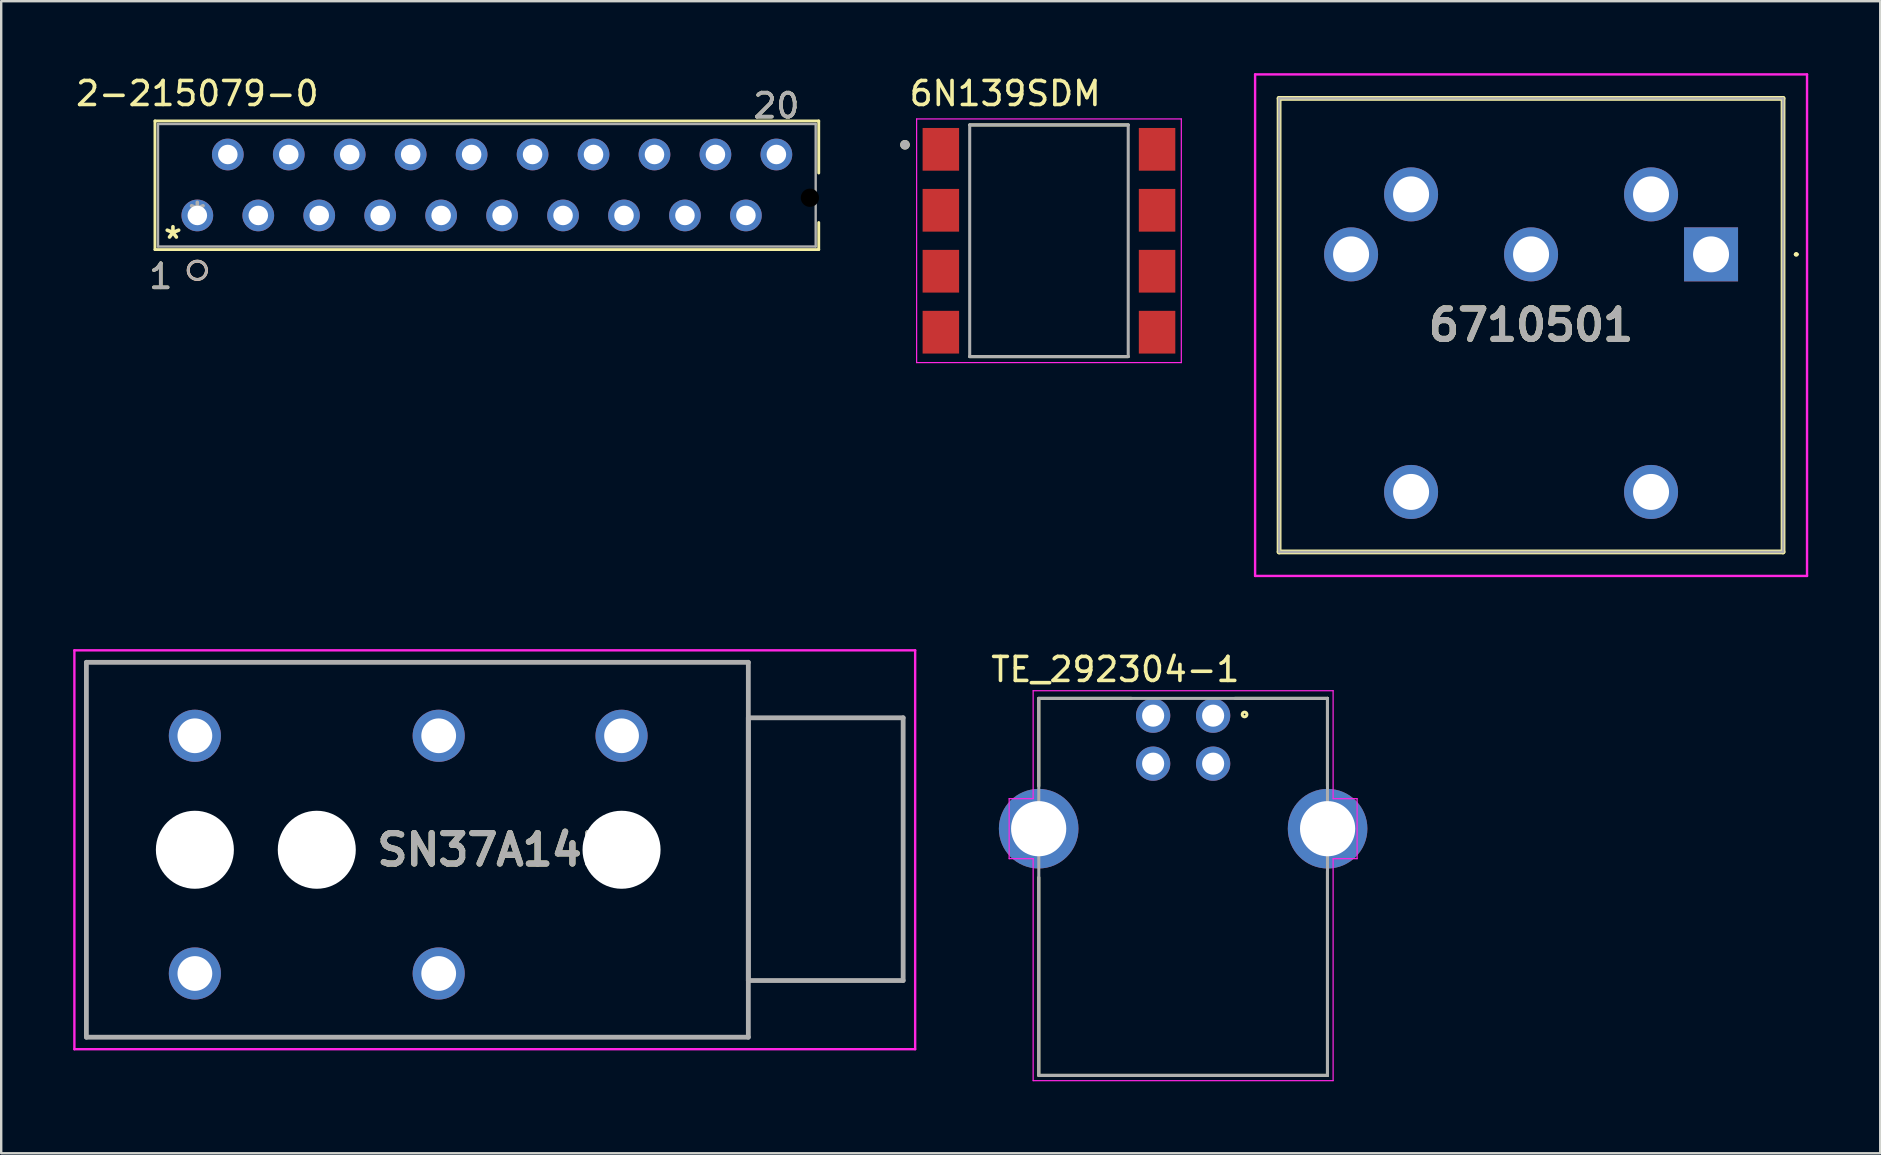
<source format=kicad_pcb>
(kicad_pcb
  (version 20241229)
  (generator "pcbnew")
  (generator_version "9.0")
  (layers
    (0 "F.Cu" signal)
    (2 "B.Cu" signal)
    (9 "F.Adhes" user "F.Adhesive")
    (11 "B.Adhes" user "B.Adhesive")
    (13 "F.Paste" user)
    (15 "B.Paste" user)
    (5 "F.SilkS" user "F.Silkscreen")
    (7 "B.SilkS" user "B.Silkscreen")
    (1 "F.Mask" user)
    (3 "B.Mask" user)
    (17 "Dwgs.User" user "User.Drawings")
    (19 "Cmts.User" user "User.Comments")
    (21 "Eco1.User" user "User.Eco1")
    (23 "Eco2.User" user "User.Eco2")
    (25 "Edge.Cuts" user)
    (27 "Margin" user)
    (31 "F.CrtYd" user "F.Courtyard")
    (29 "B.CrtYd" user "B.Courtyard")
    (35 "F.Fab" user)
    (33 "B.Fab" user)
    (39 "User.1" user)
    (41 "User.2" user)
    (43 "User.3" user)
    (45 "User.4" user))
  (footprint "TE_292304-1"
    (layer "F.Cu")
    (at 46.253 31.483)
    (property "Reference" "TE_292304-1" (at -2.825 -6.635 0) (layer "F.SilkS") (effects (font (size 1 1) (thickness 0.15))))
    (attr through_hole)
    (fp_line (start -6.015 -5.43) (end -6.015 -1.778) (stroke (width 0.127) (type solid)) (layer "F.SilkS"))
    (fp_line (start -6.015 2.032) (end -6.015 10.28) (stroke (width 0.127) (type solid)) (layer "F.SilkS"))
    (fp_line (start -2.16 -5.43) (end -6.015 -5.43) (stroke (width 0.127) (type solid)) (layer "F.SilkS"))
    (fp_line (start 2.16 -5.43) (end 6.015 -5.43) (stroke (width 0.127) (type solid)) (layer "F.SilkS"))
    (fp_line (start 6.015 -5.43) (end 6.015 -1.778) (stroke (width 0.127) (type solid)) (layer "F.SilkS"))
    (fp_line (start 6.015 1.778) (end 6.015 10.28) (stroke (width 0.127) (type solid)) (layer "F.SilkS"))
    (fp_line (start 6.015 10.28) (end -6.015 10.28) (stroke (width 0.127) (type solid)) (layer "F.SilkS"))
    (fp_circle (center 2.56 -4.76) (end 2.658 -4.76) (stroke (width 0.127) (type solid)) (fill no) (layer "F.SilkS"))
    (fp_line (start -7.25 -1.25) (end -6.25 -1.25) (stroke (width 0.05) (type solid)) (layer "F.CrtYd"))
    (fp_line (start -7.25 1.25) (end -7.25 -1.25) (stroke (width 0.05) (type solid)) (layer "F.CrtYd"))
    (fp_line (start -6.25 -5.75) (end 6.25 -5.75) (stroke (width 0.05) (type solid)) (layer "F.CrtYd"))
    (fp_line (start -6.25 -1.25) (end -6.25 -5.75) (stroke (width 0.05) (type solid)) (layer "F.CrtYd"))
    (fp_line (start -6.25 1.25) (end -7.25 1.25) (stroke (width 0.05) (type solid)) (layer "F.CrtYd"))
    (fp_line (start -6.25 10.5) (end -6.25 1.25) (stroke (width 0.05) (type solid)) (layer "F.CrtYd"))
    (fp_line (start 6.25 -5.75) (end 6.25 -1.25) (stroke (width 0.05) (type solid)) (layer "F.CrtYd"))
    (fp_line (start 6.25 -1.25) (end 7.25 -1.25) (stroke (width 0.05) (type solid)) (layer "F.CrtYd"))
    (fp_line (start 6.25 1.25) (end 6.25 10.5) (stroke (width 0.05) (type solid)) (layer "F.CrtYd"))
    (fp_line (start 6.25 10.5) (end -6.25 10.5) (stroke (width 0.05) (type solid)) (layer "F.CrtYd"))
    (fp_line (start 7.25 -1.25) (end 7.25 1.25) (stroke (width 0.05) (type solid)) (layer "F.CrtYd"))
    (fp_line (start 7.25 1.25) (end 6.25 1.25) (stroke (width 0.05) (type solid)) (layer "F.CrtYd"))
    (fp_line (start -6.015 -5.43) (end -6.015 10.28) (stroke (width 0.127) (type solid)) (layer "F.Fab"))
    (fp_line (start 6.015 -5.43) (end -6.015 -5.43) (stroke (width 0.127) (type solid)) (layer "F.Fab"))
    (fp_line (start 6.015 -5.43) (end 6.015 10.28) (stroke (width 0.127) (type solid)) (layer "F.Fab"))
    (fp_line (start 6.015 10.28) (end -6.015 10.28) (stroke (width 0.127) (type solid)) (layer "F.Fab"))
    (pad "0" thru_hole circle (at -6.02 0) (size 3.316 3.316) (drill 2.3) (layers "*.Cu" "*.Mask"))
    (pad "0" thru_hole circle (at 6.02 0) (size 3.316 3.316) (drill 2.3) (layers "*.Cu" "*.Mask"))
    (pad "1" thru_hole circle (at 1.25 -4.71) (size 1.428 1.428) (drill 0.92) (layers "*.Cu" "*.Mask"))
    (pad "2" thru_hole circle (at -1.25 -4.71) (size 1.428 1.428) (drill 0.92) (layers "*.Cu" "*.Mask"))
    (pad "3" thru_hole circle (at -1.25 -2.71) (size 1.428 1.428) (drill 0.92) (layers "*.Cu" "*.Mask"))
    (pad "4" thru_hole circle (at 1.25 -2.71) (size 1.428 1.428) (drill 0.92) (layers "*.Cu" "*.Mask")))
  (footprint "SN37A14B"
    (layer "F.Cu")
    (at 22.851 32.361)
    (property "Reference" "SN37A14B" (at -5.283 0 0) (layer "F.SilkS") (effects (font (size 1.27 1.27) (thickness 0.254))))
    (attr through_hole)
    (fp_line (start -22.301 -7.811) (end 5.283 -7.811) (stroke (width 0.1) (type solid)) (layer "F.SilkS"))
    (fp_line (start -22.301 7.811) (end -22.301 -7.811) (stroke (width 0.1) (type solid)) (layer "F.SilkS"))
    (fp_line (start 5.283 -7.811) (end 5.283 7.811) (stroke (width 0.1) (type solid)) (layer "F.SilkS"))
    (fp_line (start 5.283 7.811) (end -22.301 7.811) (stroke (width 0.1) (type solid)) (layer "F.SilkS"))
    (fp_line (start -22.801 -8.311) (end 12.235 -8.311) (stroke (width 0.1) (type solid)) (layer "F.CrtYd"))
    (fp_line (start -22.801 8.311) (end -22.801 -8.311) (stroke (width 0.1) (type solid)) (layer "F.CrtYd"))
    (fp_line (start 12.235 -8.311) (end 12.235 8.311) (stroke (width 0.1) (type solid)) (layer "F.CrtYd"))
    (fp_line (start 12.235 8.311) (end -22.801 8.311) (stroke (width 0.1) (type solid)) (layer "F.CrtYd"))
    (fp_line (start -22.301 -7.811) (end 5.283 -7.811) (stroke (width 0.2) (type solid)) (layer "F.Fab"))
    (fp_line (start -22.301 7.811) (end -22.301 -7.811) (stroke (width 0.2) (type solid)) (layer "F.Fab"))
    (fp_line (start 5.283 -7.811) (end 5.283 7.811) (stroke (width 0.2) (type solid)) (layer "F.Fab"))
    (fp_line (start 5.283 -5.499) (end 11.735 -5.499) (stroke (width 0.2) (type solid)) (layer "F.Fab"))
    (fp_line (start 5.283 5.449) (end 5.283 -5.499) (stroke (width 0.2) (type solid)) (layer "F.Fab"))
    (fp_line (start 5.283 7.811) (end -22.301 7.811) (stroke (width 0.2) (type solid)) (layer "F.Fab"))
    (fp_line (start 11.735 -5.499) (end 11.735 5.449) (stroke (width 0.2) (type solid)) (layer "F.Fab"))
    (fp_line (start 11.735 5.449) (end 5.283 5.449) (stroke (width 0.2) (type solid)) (layer "F.Fab"))
    (fp_text user "${REFERENCE}" (at -5.283 0 0) (layer "F.Fab") (effects (font (size 1.27 1.27) (thickness 0.254))))
    (pad "" np_thru_hole circle (at -17.78 0) (size 3.251 3.251) (drill 3.251) (layers "*.Cu" "*.Mask"))
    (pad "" np_thru_hole circle (at -12.7 0) (size 3.251 3.251) (drill 3.251) (layers "*.Cu" "*.Mask"))
    (pad "" np_thru_hole circle (at 0 0) (size 3.251 3.251) (drill 3.251) (layers "*.Cu" "*.Mask"))
    (pad "R1" thru_hole circle (at -7.62 -4.75) (size 2.172 2.172) (drill 1.448) (layers "*.Cu" "*.Mask"))
    (pad "RB1" thru_hole circle (at -7.62 5.156) (size 2.172 2.172) (drill 1.448) (layers "*.Cu" "*.Mask"))
    (pad "S1" thru_hole circle (at 0 -4.75) (size 2.172 2.172) (drill 1.448) (layers "*.Cu" "*.Mask"))
    (pad "T1" thru_hole circle (at -17.78 -4.75) (size 2.172 2.172) (drill 1.448) (layers "*.Cu" "*.Mask"))
    (pad "TB1" thru_hole circle (at -17.78 5.156) (size 2.172 2.172) (drill 1.448) (layers "*.Cu" "*.Mask")))
  (footprint "6N139SDM"
    (layer "F.Cu")
    (at 40.662 6.983)
    (property "Reference" "6N139SDM" (at -1.825 -6.135 0) (layer "F.SilkS") (effects (font (size 1 1) (thickness 0.15))))
    (attr through_hole)
    (fp_line (start -3.303 -4.827) (end 3.303 -4.827) (stroke (width 0.127) (type solid)) (layer "F.SilkS"))
    (fp_line (start -3.303 4.827) (end 3.303 4.827) (stroke (width 0.127) (type solid)) (layer "F.SilkS"))
    (fp_circle (center -6 -4) (end -5.9 -4) (stroke (width 0.2) (type solid)) (fill no) (layer "F.SilkS"))
    (fp_line (start -5.515 -5.077) (end 5.515 -5.077) (stroke (width 0.05) (type solid)) (layer "F.CrtYd"))
    (fp_line (start -5.515 5.077) (end -5.515 -5.077) (stroke (width 0.05) (type solid)) (layer "F.CrtYd"))
    (fp_line (start 5.515 -5.077) (end 5.515 5.077) (stroke (width 0.05) (type solid)) (layer "F.CrtYd"))
    (fp_line (start 5.515 5.077) (end -5.515 5.077) (stroke (width 0.05) (type solid)) (layer "F.CrtYd"))
    (fp_line (start -3.303 -4.827) (end -3.303 4.827) (stroke (width 0.127) (type solid)) (layer "F.Fab"))
    (fp_line (start -3.303 -4.827) (end 3.303 -4.827) (stroke (width 0.127) (type solid)) (layer "F.Fab"))
    (fp_line (start 3.303 4.827) (end -3.303 4.827) (stroke (width 0.127) (type solid)) (layer "F.Fab"))
    (fp_line (start 3.303 4.827) (end 3.303 -4.827) (stroke (width 0.127) (type solid)) (layer "F.Fab"))
    (fp_circle (center -6 -4) (end -5.9 -4) (stroke (width 0.2) (type solid)) (fill no) (layer "F.Fab"))
    (pad "1" smd rect (at -4.505 -3.81) (size 1.52 1.78) (layers "F.Cu" "F.Mask" "F.Paste"))
    (pad "2" smd rect (at -4.505 -1.27) (size 1.52 1.78) (layers "F.Cu" "F.Mask" "F.Paste"))
    (pad "3" smd rect (at -4.505 1.27) (size 1.52 1.78) (layers "F.Cu" "F.Mask" "F.Paste"))
    (pad "4" smd rect (at -4.505 3.81) (size 1.52 1.78) (layers "F.Cu" "F.Mask" "F.Paste"))
    (pad "5" smd rect (at 4.505 3.81 180) (size 1.52 1.78) (layers "F.Cu" "F.Mask" "F.Paste"))
    (pad "6" smd rect (at 4.505 1.27 180) (size 1.52 1.78) (layers "F.Cu" "F.Mask" "F.Paste"))
    (pad "7" smd rect (at 4.505 -1.27 180) (size 1.52 1.78) (layers "F.Cu" "F.Mask" "F.Paste"))
    (pad "8" smd rect (at 4.505 -3.81 180) (size 1.52 1.78) (layers "F.Cu" "F.Mask" "F.Paste")))
  (footprint "6710501"
    (layer "F.Cu")
    (at 68.252 7.55)
    (property "Reference" "6710501" (at -7.5 2.95 0) (layer "F.SilkS") (effects (font (size 1.27 1.27) (thickness 0.254))))
    (attr through_hole)
    (fp_line (start -18 -6.5) (end -18 12.4) (stroke (width 0.2) (type solid)) (layer "F.SilkS"))
    (fp_line (start -18 12.4) (end 3 12.4) (stroke (width 0.2) (type solid)) (layer "F.SilkS"))
    (fp_line (start 3 -6.5) (end -18 -6.5) (stroke (width 0.2) (type solid)) (layer "F.SilkS"))
    (fp_line (start 3 12.4) (end 3 -6.5) (stroke (width 0.2) (type solid)) (layer "F.SilkS"))
    (fp_line (start 3.5 0) (end 3.5 0) (stroke (width 0.1) (type solid)) (layer "F.SilkS"))
    (fp_line (start 3.6 0) (end 3.6 0) (stroke (width 0.1) (type solid)) (layer "F.SilkS"))
    (fp_arc (start 3.5 0) (mid 3.55 -0.05) (end 3.6 0) (stroke (width 0.1) (type solid)) (layer "F.SilkS"))
    (fp_arc (start 3.6 0) (mid 3.55 0.05) (end 3.5 0) (stroke (width 0.1) (type solid)) (layer "F.SilkS"))
    (fp_line (start -19 -7.5) (end -19 13.4) (stroke (width 0.1) (type solid)) (layer "F.CrtYd"))
    (fp_line (start -19 13.4) (end 4 13.4) (stroke (width 0.1) (type solid)) (layer "F.CrtYd"))
    (fp_line (start 4 -7.5) (end -19 -7.5) (stroke (width 0.1) (type solid)) (layer "F.CrtYd"))
    (fp_line (start 4 13.4) (end 4 -7.5) (stroke (width 0.1) (type solid)) (layer "F.CrtYd"))
    (fp_line (start -18 -6.5) (end -18 12.4) (stroke (width 0.1) (type solid)) (layer "F.Fab"))
    (fp_line (start -18 12.4) (end 3 12.4) (stroke (width 0.1) (type solid)) (layer "F.Fab"))
    (fp_line (start 3 -6.5) (end -18 -6.5) (stroke (width 0.1) (type solid)) (layer "F.Fab"))
    (fp_line (start 3 12.4) (end 3 -6.5) (stroke (width 0.1) (type solid)) (layer "F.Fab"))
    (fp_text user "${REFERENCE}" (at -7.5 2.95 0) (layer "F.Fab") (effects (font (size 1.27 1.27) (thickness 0.254))))
    (pad "1" thru_hole rect (at 0 0) (size 2.25 2.25) (drill 1.5) (layers "*.Cu" "*.Mask"))
    (pad "2" thru_hole circle (at -7.5 0) (size 2.25 2.25) (drill 1.5) (layers "*.Cu" "*.Mask"))
    (pad "3" thru_hole circle (at -15 0) (size 2.25 2.25) (drill 1.5) (layers "*.Cu" "*.Mask"))
    (pad "4" thru_hole circle (at -2.5 -2.5) (size 2.25 2.25) (drill 1.5) (layers "*.Cu" "*.Mask"))
    (pad "5" thru_hole circle (at -12.5 -2.5) (size 2.25 2.25) (drill 1.5) (layers "*.Cu" "*.Mask"))
    (pad "MH1" thru_hole circle (at -2.5 9.9) (size 2.25 2.25) (drill 1.5) (layers "*.Cu" "*.Mask"))
    (pad "MH2" thru_hole circle (at -12.5 9.9) (size 2.25 2.25) (drill 1.5) (layers "*.Cu" "*.Mask")))
  (footprint "2-215079-0"
    (layer "F.Cu")
    (at 5.173 5.928)
    (property "Reference" "2-215079-0" (at 0 -5.08 0) (layer "F.SilkS") (effects (font (size 1 1) (thickness 0.15))))
    (attr through_hole)
    (fp_line (start -1.765 -3.937) (end -1.765 1.422) (stroke (width 0.12) (type solid)) (layer "F.SilkS"))
    (fp_line (start -1.765 1.422) (end 25.895 1.422) (stroke (width 0.12) (type solid)) (layer "F.SilkS"))
    (fp_line (start 25.895 -3.937) (end -1.765 -3.937) (stroke (width 0.12) (type solid)) (layer "F.SilkS"))
    (fp_line (start 25.895 -1.768) (end 25.895 -3.937) (stroke (width 0.12) (type solid)) (layer "F.SilkS"))
    (fp_line (start 25.895 1.422) (end 25.895 0.294) (stroke (width 0.12) (type solid)) (layer "F.SilkS"))
    (fp_circle (center 0 2.286) (end 0.381 2.286) (stroke (width 0.12) (type solid)) (fill no) (layer "F.SilkS"))
    (fp_circle (center 0 2.286) (end 0.381 2.286) (stroke (width 0.12) (type solid)) (fill no) (layer "B.SilkS"))
    (fp_line (start -1.638 -3.81) (end -1.638 1.295) (stroke (width 0.1) (type solid)) (layer "F.Fab"))
    (fp_line (start -1.638 1.295) (end 25.768 1.295) (stroke (width 0.1) (type solid)) (layer "F.Fab"))
    (fp_line (start 25.768 -3.81) (end -1.638 -3.81) (stroke (width 0.1) (type solid)) (layer "F.Fab"))
    (fp_line (start 25.768 1.295) (end 25.768 -3.81) (stroke (width 0.1) (type solid)) (layer "F.Fab"))
    (fp_circle (center 0 2.286) (end 0.381 2.286) (stroke (width 0.1) (type solid)) (fill no) (layer "F.Fab"))
    (fp_text user "20" (at 24.13 -4.572 0) (layer "F.SilkS") (effects (font (size 1 1) (thickness 0.15))))
    (fp_text user "*" (at -1.016 1.016 0) (layer "F.SilkS") (effects (font (size 1 1) (thickness 0.15))))
    (fp_text user "1" (at -1.524 2.54 0) (layer "F.SilkS") (effects (font (size 1 1) (thickness 0.15))))
    (fp_text user "Copyright 2021 Accelerated Designs. All rights reserved." (at 3.556 1.778 0) (layer "Cmts.User") (effects (font (size 0.127 0.127) (thickness 0.002))))
    (fp_text user "20" (at 24.13 -4.572 0) (layer "F.Fab") (effects (font (size 1 1) (thickness 0.15))))
    (fp_text user "1" (at -1.524 2.54 0) (layer "F.Fab") (effects (font (size 1 1) (thickness 0.15))))
    (fp_text user "*" (at 0 0 0) (layer "F.Fab") (effects (font (size 1 1) (thickness 0.15))))
    (pad "" np_thru_hole circle (at 25.527 -0.737) (size 1.524 1.524) (drill 0.762) (layers))
    (pad "1" thru_hole circle (at 0 0) (size 1.321 1.321) (drill 0.813) (layers "*.Cu" "*.Mask"))
    (pad "2" thru_hole circle (at 1.27 -2.54) (size 1.321 1.321) (drill 0.813) (layers "*.Cu" "*.Mask"))
    (pad "3" thru_hole circle (at 2.54 0) (size 1.321 1.321) (drill 0.813) (layers "*.Cu" "*.Mask"))
    (pad "4" thru_hole circle (at 3.81 -2.54) (size 1.321 1.321) (drill 0.813) (layers "*.Cu" "*.Mask"))
    (pad "5" thru_hole circle (at 5.08 0) (size 1.321 1.321) (drill 0.813) (layers "*.Cu" "*.Mask"))
    (pad "6" thru_hole circle (at 6.35 -2.54) (size 1.321 1.321) (drill 0.813) (layers "*.Cu" "*.Mask"))
    (pad "7" thru_hole circle (at 7.62 0) (size 1.321 1.321) (drill 0.813) (layers "*.Cu" "*.Mask"))
    (pad "8" thru_hole circle (at 8.89 -2.54) (size 1.321 1.321) (drill 0.813) (layers "*.Cu" "*.Mask"))
    (pad "9" thru_hole circle (at 10.16 0) (size 1.321 1.321) (drill 0.813) (layers "*.Cu" "*.Mask"))
    (pad "10" thru_hole circle (at 11.43 -2.54) (size 1.321 1.321) (drill 0.813) (layers "*.Cu" "*.Mask"))
    (pad "11" thru_hole circle (at 12.7 0) (size 1.321 1.321) (drill 0.813) (layers "*.Cu" "*.Mask"))
    (pad "12" thru_hole circle (at 13.97 -2.54) (size 1.321 1.321) (drill 0.813) (layers "*.Cu" "*.Mask"))
    (pad "13" thru_hole circle (at 15.24 0) (size 1.321 1.321) (drill 0.813) (layers "*.Cu" "*.Mask"))
    (pad "14" thru_hole circle (at 16.51 -2.54) (size 1.321 1.321) (drill 0.813) (layers "*.Cu" "*.Mask"))
    (pad "15" thru_hole circle (at 17.78 0) (size 1.321 1.321) (drill 0.813) (layers "*.Cu" "*.Mask"))
    (pad "16" thru_hole circle (at 19.05 -2.54) (size 1.321 1.321) (drill 0.813) (layers "*.Cu" "*.Mask"))
    (pad "17" thru_hole circle (at 20.32 0) (size 1.321 1.321) (drill 0.813) (layers "*.Cu" "*.Mask"))
    (pad "18" thru_hole circle (at 21.59 -2.54) (size 1.321 1.321) (drill 0.813) (layers "*.Cu" "*.Mask"))
    (pad "19" thru_hole circle (at 22.86 0) (size 1.321 1.321) (drill 0.813) (layers "*.Cu" "*.Mask"))
    (pad "20" thru_hole circle (at 24.13 -2.54) (size 1.321 1.321) (drill 0.813) (layers "*.Cu" "*.Mask")))
  (gr_rect
    (start -3 -3)
    (end 75.302 45.008)
    (stroke (width 0.1) (type default))
    (fill no)
    (layer "Edge.Cuts")))
</source>
